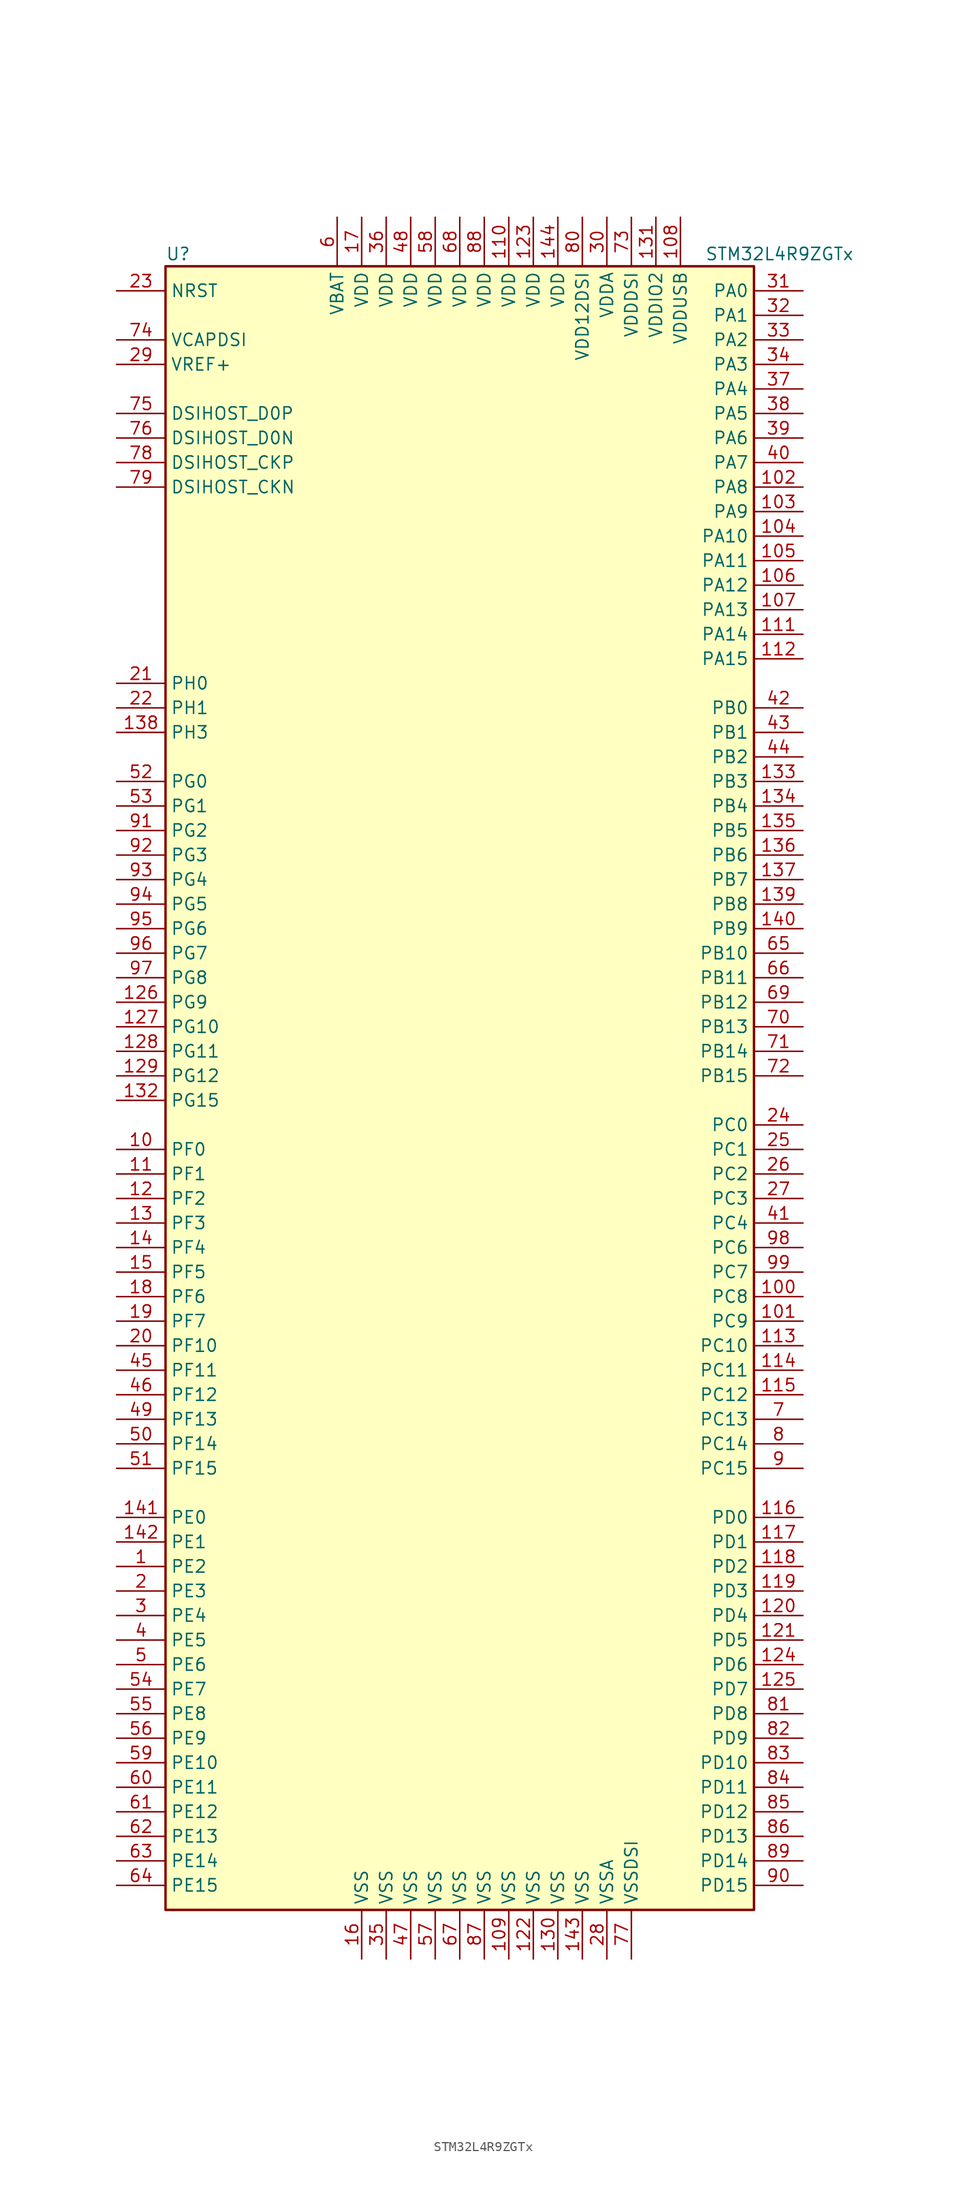
<source format=kicad_sym>
(kicad_symbol_lib
  (version 20211014)
  (generator kicad_symbol_editor)
  (symbol "STM32L4R9ZGTx"
    (property "Reference" "U"
      (at -30.48 85.09 0)
      (effects (font (size 1.27 1.27)) (justify left)))
    (property "Value" "STM32L4R9ZGTx"
      (at 25.4 85.09 0)
      (effects (font (size 1.27 1.27)) (justify left)))
    (symbol "STM32L4R9ZGTx_0_1"
      (rectangle (start -30.48 -86.36) (end 30.48 83.82) (stroke (width 0.254) (type default) (color 0 0 0 0)) (fill (type background))))
    (symbol "STM32L4R9ZGTx_1_1"
      (pin bidirectional line (at -35.56 -50.8 0) (length 5.08) (name "PE2" (effects (font (size 1.27 1.27)))) (number "1" (effects (font (size 1.27 1.27)))))
      (pin bidirectional line (at -35.56 -7.62 0) (length 5.08) (name "PF0" (effects (font (size 1.27 1.27)))) (number "10" (effects (font (size 1.27 1.27)))))
      (pin bidirectional line (at 35.56 -22.86 180) (length 5.08) (name "PC8" (effects (font (size 1.27 1.27)))) (number "100" (effects (font (size 1.27 1.27)))))
      (pin bidirectional line (at 35.56 -25.4 180) (length 5.08) (name "PC9" (effects (font (size 1.27 1.27)))) (number "101" (effects (font (size 1.27 1.27)))))
      (pin bidirectional line (at 35.56 60.96 180) (length 5.08) (name "PA8" (effects (font (size 1.27 1.27)))) (number "102" (effects (font (size 1.27 1.27)))))
      (pin bidirectional line (at 35.56 58.42 180) (length 5.08) (name "PA9" (effects (font (size 1.27 1.27)))) (number "103" (effects (font (size 1.27 1.27)))))
      (pin bidirectional line (at 35.56 55.88 180) (length 5.08) (name "PA10" (effects (font (size 1.27 1.27)))) (number "104" (effects (font (size 1.27 1.27)))))
      (pin bidirectional line (at 35.56 53.34 180) (length 5.08) (name "PA11" (effects (font (size 1.27 1.27)))) (number "105" (effects (font (size 1.27 1.27)))))
      (pin bidirectional line (at 35.56 50.8 180) (length 5.08) (name "PA12" (effects (font (size 1.27 1.27)))) (number "106" (effects (font (size 1.27 1.27)))))
      (pin bidirectional line (at 35.56 48.26 180) (length 5.08) (name "PA13" (effects (font (size 1.27 1.27)))) (number "107" (effects (font (size 1.27 1.27)))))
      (pin power_in line (at 22.86 88.9 270) (length 5.08) (name "VDDUSB" (effects (font (size 1.27 1.27)))) (number "108" (effects (font (size 1.27 1.27)))))
      (pin power_in line (at 5.08 -91.44 90) (length 5.08) (name "VSS" (effects (font (size 1.27 1.27)))) (number "109" (effects (font (size 1.27 1.27)))))
      (pin bidirectional line (at -35.56 -10.16 0) (length 5.08) (name "PF1" (effects (font (size 1.27 1.27)))) (number "11" (effects (font (size 1.27 1.27)))))
      (pin power_in line (at 5.08 88.9 270) (length 5.08) (name "VDD" (effects (font (size 1.27 1.27)))) (number "110" (effects (font (size 1.27 1.27)))))
      (pin bidirectional line (at 35.56 45.72 180) (length 5.08) (name "PA14" (effects (font (size 1.27 1.27)))) (number "111" (effects (font (size 1.27 1.27)))))
      (pin bidirectional line (at 35.56 43.18 180) (length 5.08) (name "PA15" (effects (font (size 1.27 1.27)))) (number "112" (effects (font (size 1.27 1.27)))))
      (pin bidirectional line (at 35.56 -27.94 180) (length 5.08) (name "PC10" (effects (font (size 1.27 1.27)))) (number "113" (effects (font (size 1.27 1.27)))))
      (pin bidirectional line (at 35.56 -30.48 180) (length 5.08) (name "PC11" (effects (font (size 1.27 1.27)))) (number "114" (effects (font (size 1.27 1.27)))))
      (pin bidirectional line (at 35.56 -33.02 180) (length 5.08) (name "PC12" (effects (font (size 1.27 1.27)))) (number "115" (effects (font (size 1.27 1.27)))))
      (pin bidirectional line (at 35.56 -45.72 180) (length 5.08) (name "PD0" (effects (font (size 1.27 1.27)))) (number "116" (effects (font (size 1.27 1.27)))))
      (pin bidirectional line (at 35.56 -48.26 180) (length 5.08) (name "PD1" (effects (font (size 1.27 1.27)))) (number "117" (effects (font (size 1.27 1.27)))))
      (pin bidirectional line (at 35.56 -50.8 180) (length 5.08) (name "PD2" (effects (font (size 1.27 1.27)))) (number "118" (effects (font (size 1.27 1.27)))))
      (pin bidirectional line (at 35.56 -53.34 180) (length 5.08) (name "PD3" (effects (font (size 1.27 1.27)))) (number "119" (effects (font (size 1.27 1.27)))))
      (pin bidirectional line (at -35.56 -12.7 0) (length 5.08) (name "PF2" (effects (font (size 1.27 1.27)))) (number "12" (effects (font (size 1.27 1.27)))))
      (pin bidirectional line (at 35.56 -55.88 180) (length 5.08) (name "PD4" (effects (font (size 1.27 1.27)))) (number "120" (effects (font (size 1.27 1.27)))))
      (pin bidirectional line (at 35.56 -58.42 180) (length 5.08) (name "PD5" (effects (font (size 1.27 1.27)))) (number "121" (effects (font (size 1.27 1.27)))))
      (pin power_in line (at 7.62 -91.44 90) (length 5.08) (name "VSS" (effects (font (size 1.27 1.27)))) (number "122" (effects (font (size 1.27 1.27)))))
      (pin power_in line (at 7.62 88.9 270) (length 5.08) (name "VDD" (effects (font (size 1.27 1.27)))) (number "123" (effects (font (size 1.27 1.27)))))
      (pin bidirectional line (at 35.56 -60.96 180) (length 5.08) (name "PD6" (effects (font (size 1.27 1.27)))) (number "124" (effects (font (size 1.27 1.27)))))
      (pin bidirectional line (at 35.56 -63.5 180) (length 5.08) (name "PD7" (effects (font (size 1.27 1.27)))) (number "125" (effects (font (size 1.27 1.27)))))
      (pin bidirectional line (at -35.56 7.62 0) (length 5.08) (name "PG9" (effects (font (size 1.27 1.27)))) (number "126" (effects (font (size 1.27 1.27)))))
      (pin bidirectional line (at -35.56 5.08 0) (length 5.08) (name "PG10" (effects (font (size 1.27 1.27)))) (number "127" (effects (font (size 1.27 1.27)))))
      (pin bidirectional line (at -35.56 2.54 0) (length 5.08) (name "PG11" (effects (font (size 1.27 1.27)))) (number "128" (effects (font (size 1.27 1.27)))))
      (pin bidirectional line (at -35.56 0 0) (length 5.08) (name "PG12" (effects (font (size 1.27 1.27)))) (number "129" (effects (font (size 1.27 1.27)))))
      (pin bidirectional line (at -35.56 -15.24 0) (length 5.08) (name "PF3" (effects (font (size 1.27 1.27)))) (number "13" (effects (font (size 1.27 1.27)))))
      (pin power_in line (at 10.16 -91.44 90) (length 5.08) (name "VSS" (effects (font (size 1.27 1.27)))) (number "130" (effects (font (size 1.27 1.27)))))
      (pin power_in line (at 20.32 88.9 270) (length 5.08) (name "VDDIO2" (effects (font (size 1.27 1.27)))) (number "131" (effects (font (size 1.27 1.27)))))
      (pin bidirectional line (at -35.56 -2.54 0) (length 5.08) (name "PG15" (effects (font (size 1.27 1.27)))) (number "132" (effects (font (size 1.27 1.27)))))
      (pin bidirectional line (at 35.56 30.48 180) (length 5.08) (name "PB3" (effects (font (size 1.27 1.27)))) (number "133" (effects (font (size 1.27 1.27)))))
      (pin bidirectional line (at 35.56 27.94 180) (length 5.08) (name "PB4" (effects (font (size 1.27 1.27)))) (number "134" (effects (font (size 1.27 1.27)))))
      (pin bidirectional line (at 35.56 25.4 180) (length 5.08) (name "PB5" (effects (font (size 1.27 1.27)))) (number "135" (effects (font (size 1.27 1.27)))))
      (pin bidirectional line (at 35.56 22.86 180) (length 5.08) (name "PB6" (effects (font (size 1.27 1.27)))) (number "136" (effects (font (size 1.27 1.27)))))
      (pin bidirectional line (at 35.56 20.32 180) (length 5.08) (name "PB7" (effects (font (size 1.27 1.27)))) (number "137" (effects (font (size 1.27 1.27)))))
      (pin bidirectional line (at -35.56 35.56 0) (length 5.08) (name "PH3" (effects (font (size 1.27 1.27)))) (number "138" (effects (font (size 1.27 1.27)))))
      (pin bidirectional line (at 35.56 17.78 180) (length 5.08) (name "PB8" (effects (font (size 1.27 1.27)))) (number "139" (effects (font (size 1.27 1.27)))))
      (pin bidirectional line (at -35.56 -17.78 0) (length 5.08) (name "PF4" (effects (font (size 1.27 1.27)))) (number "14" (effects (font (size 1.27 1.27)))))
      (pin bidirectional line (at 35.56 15.24 180) (length 5.08) (name "PB9" (effects (font (size 1.27 1.27)))) (number "140" (effects (font (size 1.27 1.27)))))
      (pin bidirectional line (at -35.56 -45.72 0) (length 5.08) (name "PE0" (effects (font (size 1.27 1.27)))) (number "141" (effects (font (size 1.27 1.27)))))
      (pin bidirectional line (at -35.56 -48.26 0) (length 5.08) (name "PE1" (effects (font (size 1.27 1.27)))) (number "142" (effects (font (size 1.27 1.27)))))
      (pin power_in line (at 12.7 -91.44 90) (length 5.08) (name "VSS" (effects (font (size 1.27 1.27)))) (number "143" (effects (font (size 1.27 1.27)))))
      (pin power_in line (at 10.16 88.9 270) (length 5.08) (name "VDD" (effects (font (size 1.27 1.27)))) (number "144" (effects (font (size 1.27 1.27)))))
      (pin bidirectional line (at -35.56 -20.32 0) (length 5.08) (name "PF5" (effects (font (size 1.27 1.27)))) (number "15" (effects (font (size 1.27 1.27)))))
      (pin power_in line (at -10.16 -91.44 90) (length 5.08) (name "VSS" (effects (font (size 1.27 1.27)))) (number "16" (effects (font (size 1.27 1.27)))))
      (pin power_in line (at -10.16 88.9 270) (length 5.08) (name "VDD" (effects (font (size 1.27 1.27)))) (number "17" (effects (font (size 1.27 1.27)))))
      (pin bidirectional line (at -35.56 -22.86 0) (length 5.08) (name "PF6" (effects (font (size 1.27 1.27)))) (number "18" (effects (font (size 1.27 1.27)))))
      (pin bidirectional line (at -35.56 -25.4 0) (length 5.08) (name "PF7" (effects (font (size 1.27 1.27)))) (number "19" (effects (font (size 1.27 1.27)))))
      (pin bidirectional line (at -35.56 -53.34 0) (length 5.08) (name "PE3" (effects (font (size 1.27 1.27)))) (number "2" (effects (font (size 1.27 1.27)))))
      (pin bidirectional line (at -35.56 -27.94 0) (length 5.08) (name "PF10" (effects (font (size 1.27 1.27)))) (number "20" (effects (font (size 1.27 1.27)))))
      (pin input line (at -35.56 40.64 0) (length 5.08) (name "PH0" (effects (font (size 1.27 1.27)))) (number "21" (effects (font (size 1.27 1.27)))))
      (pin input line (at -35.56 38.1 0) (length 5.08) (name "PH1" (effects (font (size 1.27 1.27)))) (number "22" (effects (font (size 1.27 1.27)))))
      (pin input line (at -35.56 81.28 0) (length 5.08) (name "NRST" (effects (font (size 1.27 1.27)))) (number "23" (effects (font (size 1.27 1.27)))))
      (pin bidirectional line (at 35.56 -5.08 180) (length 5.08) (name "PC0" (effects (font (size 1.27 1.27)))) (number "24" (effects (font (size 1.27 1.27)))))
      (pin bidirectional line (at 35.56 -7.62 180) (length 5.08) (name "PC1" (effects (font (size 1.27 1.27)))) (number "25" (effects (font (size 1.27 1.27)))))
      (pin bidirectional line (at 35.56 -10.16 180) (length 5.08) (name "PC2" (effects (font (size 1.27 1.27)))) (number "26" (effects (font (size 1.27 1.27)))))
      (pin bidirectional line (at 35.56 -12.7 180) (length 5.08) (name "PC3" (effects (font (size 1.27 1.27)))) (number "27" (effects (font (size 1.27 1.27)))))
      (pin power_in line (at 15.24 -91.44 90) (length 5.08) (name "VSSA" (effects (font (size 1.27 1.27)))) (number "28" (effects (font (size 1.27 1.27)))))
      (pin bidirectional line (at -35.56 73.66 0) (length 5.08) (name "VREF+" (effects (font (size 1.27 1.27)))) (number "29" (effects (font (size 1.27 1.27)))))
      (pin bidirectional line (at -35.56 -55.88 0) (length 5.08) (name "PE4" (effects (font (size 1.27 1.27)))) (number "3" (effects (font (size 1.27 1.27)))))
      (pin power_in line (at 15.24 88.9 270) (length 5.08) (name "VDDA" (effects (font (size 1.27 1.27)))) (number "30" (effects (font (size 1.27 1.27)))))
      (pin bidirectional line (at 35.56 81.28 180) (length 5.08) (name "PA0" (effects (font (size 1.27 1.27)))) (number "31" (effects (font (size 1.27 1.27)))))
      (pin bidirectional line (at 35.56 78.74 180) (length 5.08) (name "PA1" (effects (font (size 1.27 1.27)))) (number "32" (effects (font (size 1.27 1.27)))))
      (pin bidirectional line (at 35.56 76.2 180) (length 5.08) (name "PA2" (effects (font (size 1.27 1.27)))) (number "33" (effects (font (size 1.27 1.27)))))
      (pin bidirectional line (at 35.56 73.66 180) (length 5.08) (name "PA3" (effects (font (size 1.27 1.27)))) (number "34" (effects (font (size 1.27 1.27)))))
      (pin power_in line (at -7.62 -91.44 90) (length 5.08) (name "VSS" (effects (font (size 1.27 1.27)))) (number "35" (effects (font (size 1.27 1.27)))))
      (pin power_in line (at -7.62 88.9 270) (length 5.08) (name "VDD" (effects (font (size 1.27 1.27)))) (number "36" (effects (font (size 1.27 1.27)))))
      (pin bidirectional line (at 35.56 71.12 180) (length 5.08) (name "PA4" (effects (font (size 1.27 1.27)))) (number "37" (effects (font (size 1.27 1.27)))))
      (pin bidirectional line (at 35.56 68.58 180) (length 5.08) (name "PA5" (effects (font (size 1.27 1.27)))) (number "38" (effects (font (size 1.27 1.27)))))
      (pin bidirectional line (at 35.56 66.04 180) (length 5.08) (name "PA6" (effects (font (size 1.27 1.27)))) (number "39" (effects (font (size 1.27 1.27)))))
      (pin bidirectional line (at -35.56 -58.42 0) (length 5.08) (name "PE5" (effects (font (size 1.27 1.27)))) (number "4" (effects (font (size 1.27 1.27)))))
      (pin bidirectional line (at 35.56 63.5 180) (length 5.08) (name "PA7" (effects (font (size 1.27 1.27)))) (number "40" (effects (font (size 1.27 1.27)))))
      (pin bidirectional line (at 35.56 -15.24 180) (length 5.08) (name "PC4" (effects (font (size 1.27 1.27)))) (number "41" (effects (font (size 1.27 1.27)))))
      (pin bidirectional line (at 35.56 38.1 180) (length 5.08) (name "PB0" (effects (font (size 1.27 1.27)))) (number "42" (effects (font (size 1.27 1.27)))))
      (pin bidirectional line (at 35.56 35.56 180) (length 5.08) (name "PB1" (effects (font (size 1.27 1.27)))) (number "43" (effects (font (size 1.27 1.27)))))
      (pin bidirectional line (at 35.56 33.02 180) (length 5.08) (name "PB2" (effects (font (size 1.27 1.27)))) (number "44" (effects (font (size 1.27 1.27)))))
      (pin bidirectional line (at -35.56 -30.48 0) (length 5.08) (name "PF11" (effects (font (size 1.27 1.27)))) (number "45" (effects (font (size 1.27 1.27)))))
      (pin bidirectional line (at -35.56 -33.02 0) (length 5.08) (name "PF12" (effects (font (size 1.27 1.27)))) (number "46" (effects (font (size 1.27 1.27)))))
      (pin power_in line (at -5.08 -91.44 90) (length 5.08) (name "VSS" (effects (font (size 1.27 1.27)))) (number "47" (effects (font (size 1.27 1.27)))))
      (pin power_in line (at -5.08 88.9 270) (length 5.08) (name "VDD" (effects (font (size 1.27 1.27)))) (number "48" (effects (font (size 1.27 1.27)))))
      (pin bidirectional line (at -35.56 -35.56 0) (length 5.08) (name "PF13" (effects (font (size 1.27 1.27)))) (number "49" (effects (font (size 1.27 1.27)))))
      (pin bidirectional line (at -35.56 -60.96 0) (length 5.08) (name "PE6" (effects (font (size 1.27 1.27)))) (number "5" (effects (font (size 1.27 1.27)))))
      (pin bidirectional line (at -35.56 -38.1 0) (length 5.08) (name "PF14" (effects (font (size 1.27 1.27)))) (number "50" (effects (font (size 1.27 1.27)))))
      (pin bidirectional line (at -35.56 -40.64 0) (length 5.08) (name "PF15" (effects (font (size 1.27 1.27)))) (number "51" (effects (font (size 1.27 1.27)))))
      (pin bidirectional line (at -35.56 30.48 0) (length 5.08) (name "PG0" (effects (font (size 1.27 1.27)))) (number "52" (effects (font (size 1.27 1.27)))))
      (pin bidirectional line (at -35.56 27.94 0) (length 5.08) (name "PG1" (effects (font (size 1.27 1.27)))) (number "53" (effects (font (size 1.27 1.27)))))
      (pin bidirectional line (at -35.56 -63.5 0) (length 5.08) (name "PE7" (effects (font (size 1.27 1.27)))) (number "54" (effects (font (size 1.27 1.27)))))
      (pin bidirectional line (at -35.56 -66.04 0) (length 5.08) (name "PE8" (effects (font (size 1.27 1.27)))) (number "55" (effects (font (size 1.27 1.27)))))
      (pin bidirectional line (at -35.56 -68.58 0) (length 5.08) (name "PE9" (effects (font (size 1.27 1.27)))) (number "56" (effects (font (size 1.27 1.27)))))
      (pin power_in line (at -2.54 -91.44 90) (length 5.08) (name "VSS" (effects (font (size 1.27 1.27)))) (number "57" (effects (font (size 1.27 1.27)))))
      (pin power_in line (at -2.54 88.9 270) (length 5.08) (name "VDD" (effects (font (size 1.27 1.27)))) (number "58" (effects (font (size 1.27 1.27)))))
      (pin bidirectional line (at -35.56 -71.12 0) (length 5.08) (name "PE10" (effects (font (size 1.27 1.27)))) (number "59" (effects (font (size 1.27 1.27)))))
      (pin power_in line (at -12.7 88.9 270) (length 5.08) (name "VBAT" (effects (font (size 1.27 1.27)))) (number "6" (effects (font (size 1.27 1.27)))))
      (pin bidirectional line (at -35.56 -73.66 0) (length 5.08) (name "PE11" (effects (font (size 1.27 1.27)))) (number "60" (effects (font (size 1.27 1.27)))))
      (pin bidirectional line (at -35.56 -76.2 0) (length 5.08) (name "PE12" (effects (font (size 1.27 1.27)))) (number "61" (effects (font (size 1.27 1.27)))))
      (pin bidirectional line (at -35.56 -78.74 0) (length 5.08) (name "PE13" (effects (font (size 1.27 1.27)))) (number "62" (effects (font (size 1.27 1.27)))))
      (pin bidirectional line (at -35.56 -81.28 0) (length 5.08) (name "PE14" (effects (font (size 1.27 1.27)))) (number "63" (effects (font (size 1.27 1.27)))))
      (pin bidirectional line (at -35.56 -83.82 0) (length 5.08) (name "PE15" (effects (font (size 1.27 1.27)))) (number "64" (effects (font (size 1.27 1.27)))))
      (pin bidirectional line (at 35.56 12.7 180) (length 5.08) (name "PB10" (effects (font (size 1.27 1.27)))) (number "65" (effects (font (size 1.27 1.27)))))
      (pin bidirectional line (at 35.56 10.16 180) (length 5.08) (name "PB11" (effects (font (size 1.27 1.27)))) (number "66" (effects (font (size 1.27 1.27)))))
      (pin power_in line (at 0 -91.44 90) (length 5.08) (name "VSS" (effects (font (size 1.27 1.27)))) (number "67" (effects (font (size 1.27 1.27)))))
      (pin power_in line (at 0 88.9 270) (length 5.08) (name "VDD" (effects (font (size 1.27 1.27)))) (number "68" (effects (font (size 1.27 1.27)))))
      (pin bidirectional line (at 35.56 7.62 180) (length 5.08) (name "PB12" (effects (font (size 1.27 1.27)))) (number "69" (effects (font (size 1.27 1.27)))))
      (pin bidirectional line (at 35.56 -35.56 180) (length 5.08) (name "PC13" (effects (font (size 1.27 1.27)))) (number "7" (effects (font (size 1.27 1.27)))))
      (pin bidirectional line (at 35.56 5.08 180) (length 5.08) (name "PB13" (effects (font (size 1.27 1.27)))) (number "70" (effects (font (size 1.27 1.27)))))
      (pin bidirectional line (at 35.56 2.54 180) (length 5.08) (name "PB14" (effects (font (size 1.27 1.27)))) (number "71" (effects (font (size 1.27 1.27)))))
      (pin bidirectional line (at 35.56 0 180) (length 5.08) (name "PB15" (effects (font (size 1.27 1.27)))) (number "72" (effects (font (size 1.27 1.27)))))
      (pin power_in line (at 17.78 88.9 270) (length 5.08) (name "VDDDSI" (effects (font (size 1.27 1.27)))) (number "73" (effects (font (size 1.27 1.27)))))
      (pin power_in line (at -35.56 76.2 0) (length 5.08) (name "VCAPDSI" (effects (font (size 1.27 1.27)))) (number "74" (effects (font (size 1.27 1.27)))))
      (pin bidirectional line (at -35.56 68.58 0) (length 5.08) (name "DSIHOST_D0P" (effects (font (size 1.27 1.27)))) (number "75" (effects (font (size 1.27 1.27)))))
      (pin bidirectional line (at -35.56 66.04 0) (length 5.08) (name "DSIHOST_D0N" (effects (font (size 1.27 1.27)))) (number "76" (effects (font (size 1.27 1.27)))))
      (pin power_in line (at 17.78 -91.44 90) (length 5.08) (name "VSSDSI" (effects (font (size 1.27 1.27)))) (number "77" (effects (font (size 1.27 1.27)))))
      (pin bidirectional line (at -35.56 63.5 0) (length 5.08) (name "DSIHOST_CKP" (effects (font (size 1.27 1.27)))) (number "78" (effects (font (size 1.27 1.27)))))
      (pin bidirectional line (at -35.56 60.96 0) (length 5.08) (name "DSIHOST_CKN" (effects (font (size 1.27 1.27)))) (number "79" (effects (font (size 1.27 1.27)))))
      (pin bidirectional line (at 35.56 -38.1 180) (length 5.08) (name "PC14" (effects (font (size 1.27 1.27)))) (number "8" (effects (font (size 1.27 1.27)))))
      (pin power_in line (at 12.7 88.9 270) (length 5.08) (name "VDD12DSI" (effects (font (size 1.27 1.27)))) (number "80" (effects (font (size 1.27 1.27)))))
      (pin bidirectional line (at 35.56 -66.04 180) (length 5.08) (name "PD8" (effects (font (size 1.27 1.27)))) (number "81" (effects (font (size 1.27 1.27)))))
      (pin bidirectional line (at 35.56 -68.58 180) (length 5.08) (name "PD9" (effects (font (size 1.27 1.27)))) (number "82" (effects (font (size 1.27 1.27)))))
      (pin bidirectional line (at 35.56 -71.12 180) (length 5.08) (name "PD10" (effects (font (size 1.27 1.27)))) (number "83" (effects (font (size 1.27 1.27)))))
      (pin bidirectional line (at 35.56 -73.66 180) (length 5.08) (name "PD11" (effects (font (size 1.27 1.27)))) (number "84" (effects (font (size 1.27 1.27)))))
      (pin bidirectional line (at 35.56 -76.2 180) (length 5.08) (name "PD12" (effects (font (size 1.27 1.27)))) (number "85" (effects (font (size 1.27 1.27)))))
      (pin bidirectional line (at 35.56 -78.74 180) (length 5.08) (name "PD13" (effects (font (size 1.27 1.27)))) (number "86" (effects (font (size 1.27 1.27)))))
      (pin power_in line (at 2.54 -91.44 90) (length 5.08) (name "VSS" (effects (font (size 1.27 1.27)))) (number "87" (effects (font (size 1.27 1.27)))))
      (pin power_in line (at 2.54 88.9 270) (length 5.08) (name "VDD" (effects (font (size 1.27 1.27)))) (number "88" (effects (font (size 1.27 1.27)))))
      (pin bidirectional line (at 35.56 -81.28 180) (length 5.08) (name "PD14" (effects (font (size 1.27 1.27)))) (number "89" (effects (font (size 1.27 1.27)))))
      (pin bidirectional line (at 35.56 -40.64 180) (length 5.08) (name "PC15" (effects (font (size 1.27 1.27)))) (number "9" (effects (font (size 1.27 1.27)))))
      (pin bidirectional line (at 35.56 -83.82 180) (length 5.08) (name "PD15" (effects (font (size 1.27 1.27)))) (number "90" (effects (font (size 1.27 1.27)))))
      (pin bidirectional line (at -35.56 25.4 0) (length 5.08) (name "PG2" (effects (font (size 1.27 1.27)))) (number "91" (effects (font (size 1.27 1.27)))))
      (pin bidirectional line (at -35.56 22.86 0) (length 5.08) (name "PG3" (effects (font (size 1.27 1.27)))) (number "92" (effects (font (size 1.27 1.27)))))
      (pin bidirectional line (at -35.56 20.32 0) (length 5.08) (name "PG4" (effects (font (size 1.27 1.27)))) (number "93" (effects (font (size 1.27 1.27)))))
      (pin bidirectional line (at -35.56 17.78 0) (length 5.08) (name "PG5" (effects (font (size 1.27 1.27)))) (number "94" (effects (font (size 1.27 1.27)))))
      (pin bidirectional line (at -35.56 15.24 0) (length 5.08) (name "PG6" (effects (font (size 1.27 1.27)))) (number "95" (effects (font (size 1.27 1.27)))))
      (pin bidirectional line (at -35.56 12.7 0) (length 5.08) (name "PG7" (effects (font (size 1.27 1.27)))) (number "96" (effects (font (size 1.27 1.27)))))
      (pin bidirectional line (at -35.56 10.16 0) (length 5.08) (name "PG8" (effects (font (size 1.27 1.27)))) (number "97" (effects (font (size 1.27 1.27)))))
      (pin bidirectional line (at 35.56 -17.78 180) (length 5.08) (name "PC6" (effects (font (size 1.27 1.27)))) (number "98" (effects (font (size 1.27 1.27)))))
      (pin bidirectional line (at 35.56 -20.32 180) (length 5.08) (name "PC7" (effects (font (size 1.27 1.27)))) (number "99" (effects (font (size 1.27 1.27))))))))
</source>
